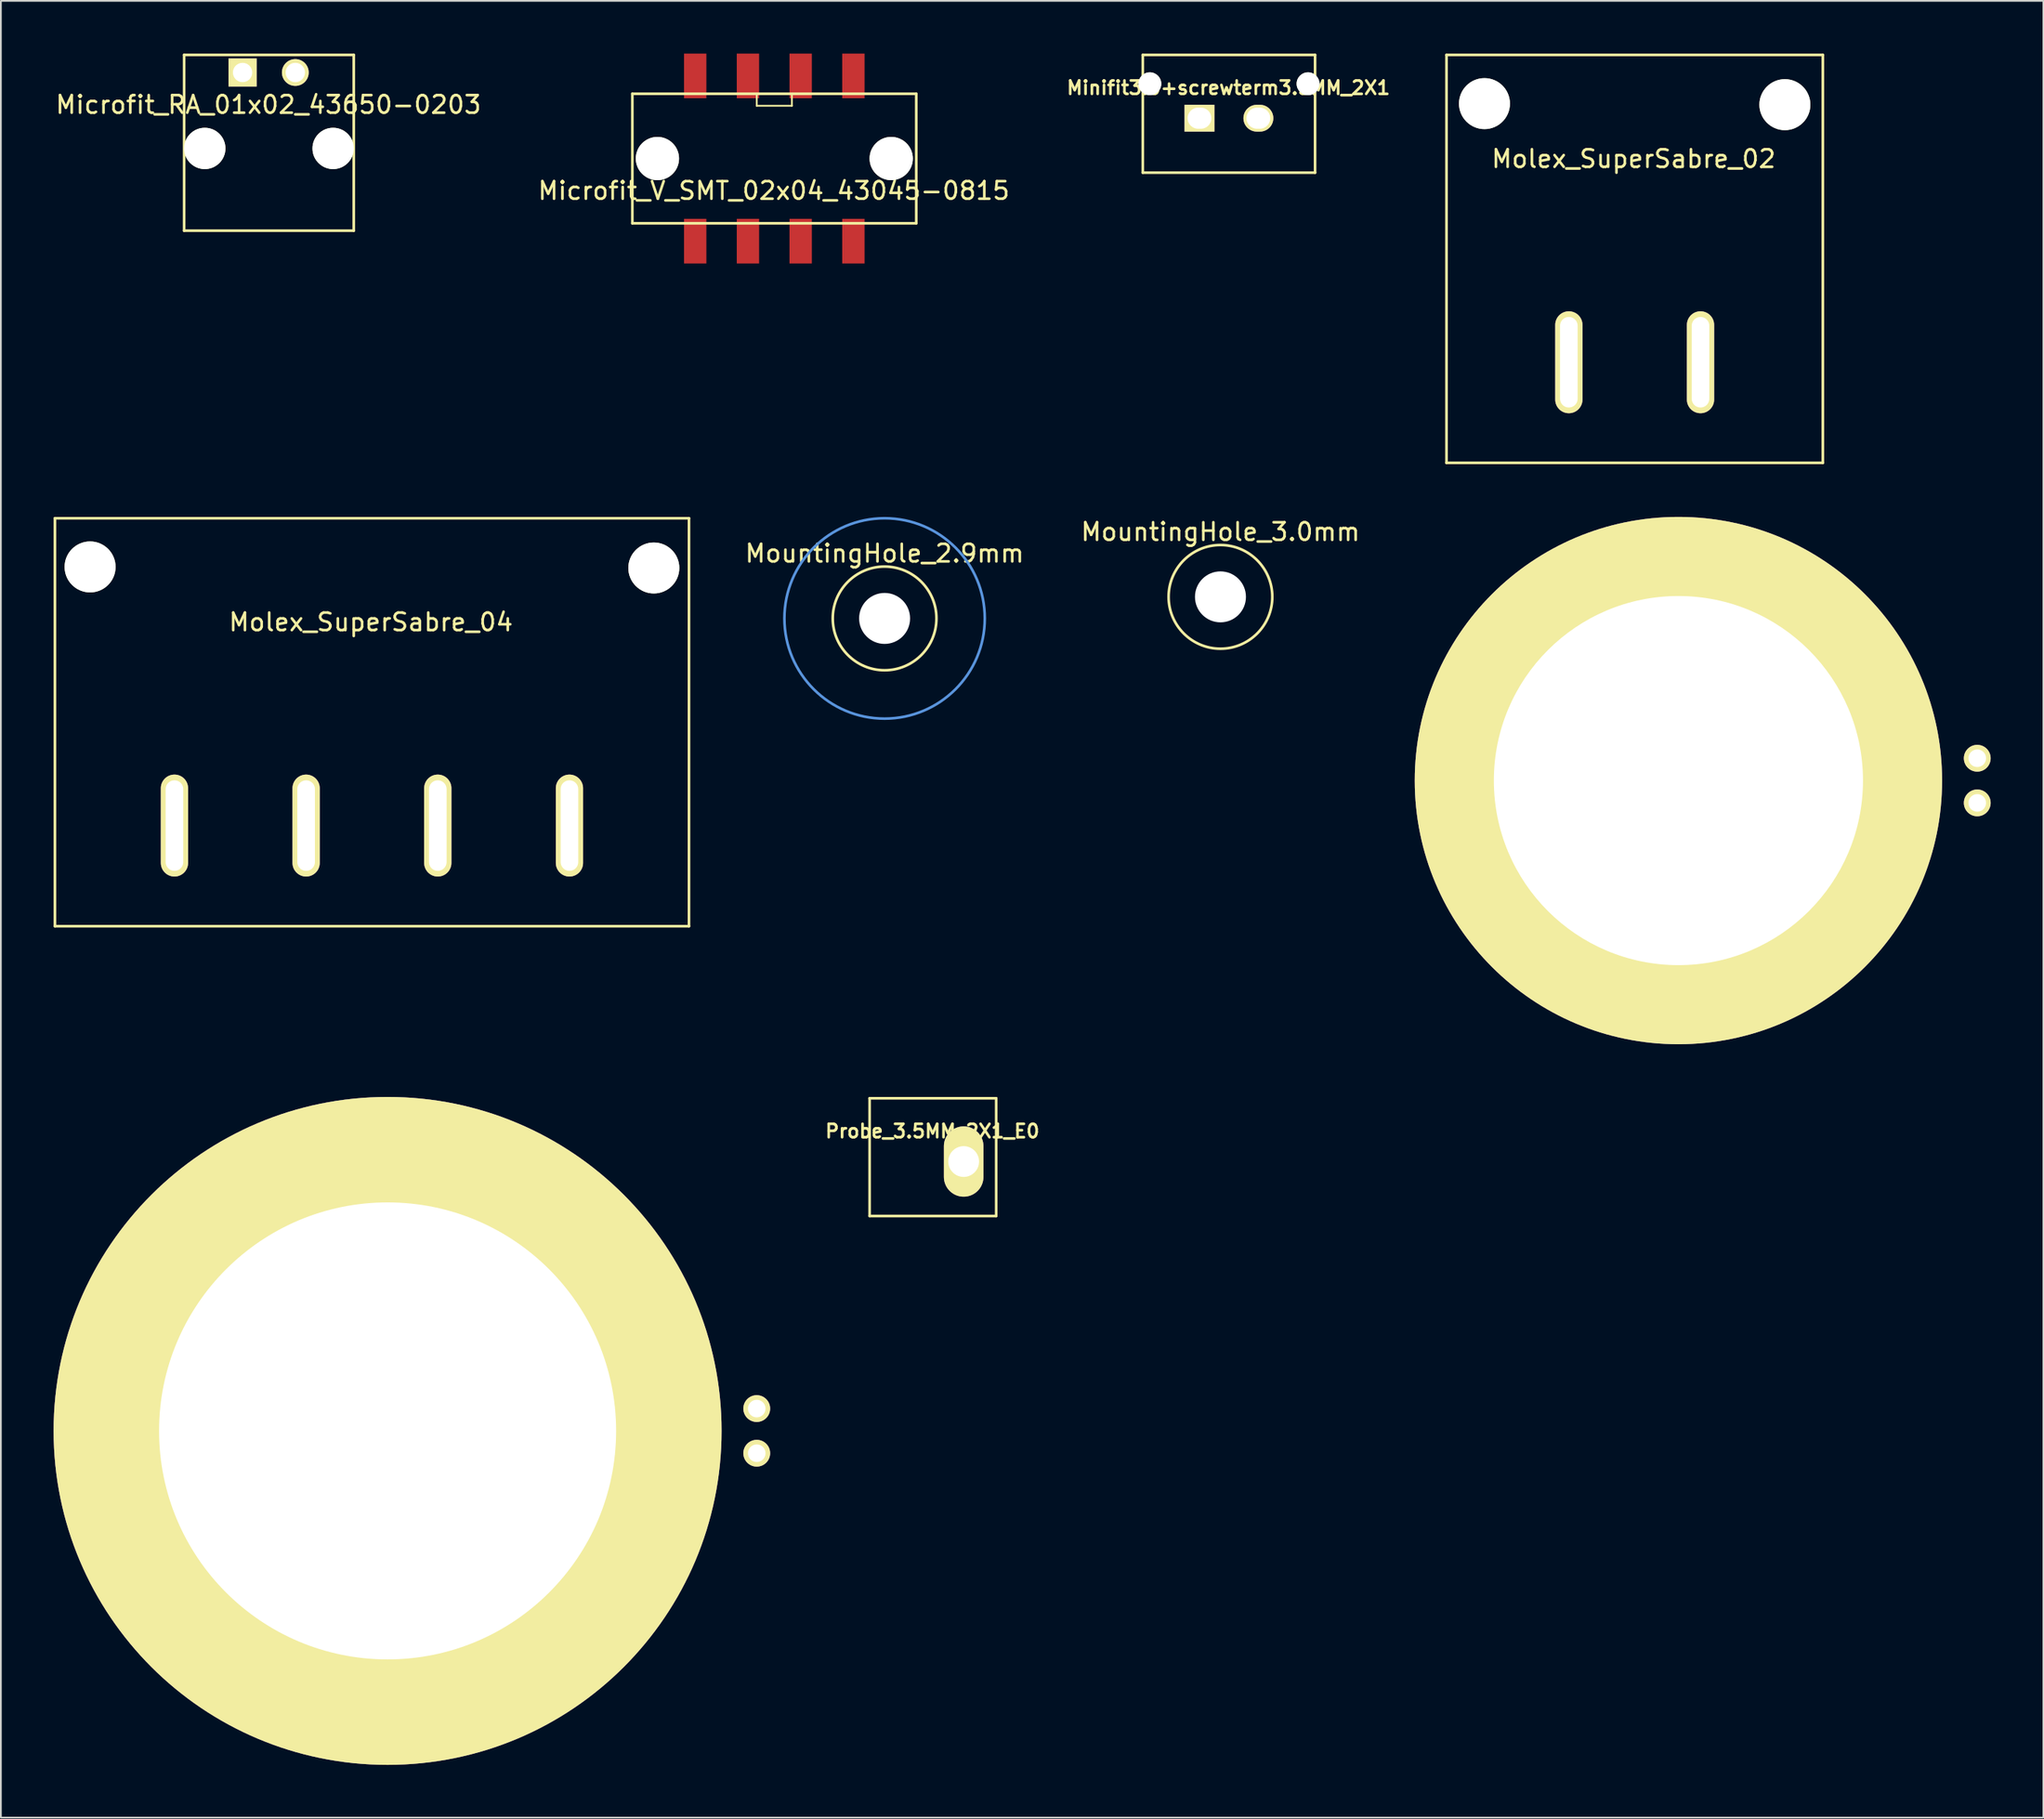
<source format=kicad_pcb>
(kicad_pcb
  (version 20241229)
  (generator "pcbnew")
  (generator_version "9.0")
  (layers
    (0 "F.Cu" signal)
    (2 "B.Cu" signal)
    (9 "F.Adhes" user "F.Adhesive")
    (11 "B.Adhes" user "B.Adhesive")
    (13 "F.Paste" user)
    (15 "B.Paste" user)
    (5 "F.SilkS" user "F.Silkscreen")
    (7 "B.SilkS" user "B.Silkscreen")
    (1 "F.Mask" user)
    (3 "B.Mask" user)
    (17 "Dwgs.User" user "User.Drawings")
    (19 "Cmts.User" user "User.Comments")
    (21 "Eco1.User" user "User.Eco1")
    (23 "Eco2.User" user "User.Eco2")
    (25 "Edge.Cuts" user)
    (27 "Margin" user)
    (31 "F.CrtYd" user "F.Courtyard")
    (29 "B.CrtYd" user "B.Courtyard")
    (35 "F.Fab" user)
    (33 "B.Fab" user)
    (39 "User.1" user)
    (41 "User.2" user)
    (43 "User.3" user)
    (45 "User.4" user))
  (footprint "PiezoMount"
    (layer "F.Cu")
    (at 92.434 41.36)
    (property "Reference" "PiezoMount" (at 0 0.5 0) (layer "F.SilkS") (effects (font (size 1 1) (thickness 0.15))))
    (attr through_hole)
    (pad "1" thru_hole circle (at 17 1.27) (size 1.524 1.524) (drill 1) (layers "*.Cu" "*.Mask" "F.SilkS"))
    (pad "2" thru_hole circle (at 17 -1.27) (size 1.524 1.524) (drill 1) (layers "*.Cu" "*.Mask" "F.SilkS"))
    (pad "3" thru_hole circle (at 0 0) (size 30 30) (drill 21) (layers "*.Cu" "*.Mask" "F.SilkS")))
  (footprint "Probe_3.5MM_2X1_E0"
    (layer "F.Cu")
    (at 50.022 63.035)
    (property "Reference" "Probe_3.5MM_2X1_E0" (at -0.03 -1.73 0) (layer "F.SilkS") (effects (font (size 0.762 0.762) (thickness 0.152))))
    (attr through_hole)
    (fp_line (start -3.6 -3.6) (end 3.6 -3.6) (stroke (width 0.15) (type solid)) (layer "F.SilkS"))
    (fp_line (start -3.6 3.099) (end -3.6 -3.6) (stroke (width 0.15) (type solid)) (layer "F.SilkS"))
    (fp_line (start 3.6 -3.6) (end 3.6 3.099) (stroke (width 0.15) (type solid)) (layer "F.SilkS"))
    (fp_line (start 3.6 3.099) (end -3.6 3.099) (stroke (width 0.15) (type solid)) (layer "F.SilkS"))
    (pad "2" thru_hole oval (at 1.75 0) (size 2.25 4) (drill 1.75) (layers "*.Cu" "*.Mask" "F.SilkS")))
  (footprint "MountingHole_3.0mm"
    (layer "F.Cu")
    (at 66.381 30.908)
    (property "Reference" "MountingHole_3.0mm" (at 0 -3.7 0) (layer "F.SilkS") (effects (font (size 1 1) (thickness 0.15))))
    (attr through_hole)
    (fp_circle (center 0 0) (end 2.95 0) (stroke (width 0.15) (type solid)) (fill no) (layer "F.SilkS"))
    (pad "" np_thru_hole circle (at 0 0) (size 2.9 2.9) (drill 2.9) (layers "*.Cu" "*.Mask")))
  (footprint "MountingHole_2.9mm"
    (layer "F.Cu")
    (at 47.274 32.135)
    (property "Reference" "MountingHole_2.9mm" (at 0 -3.7 0) (layer "F.SilkS") (effects (font (size 1 1) (thickness 0.15))))
    (attr through_hole)
    (fp_circle (center 0 0) (end 2.95 0) (stroke (width 0.15) (type solid)) (fill no) (layer "F.SilkS"))
    (fp_circle (center 0 0) (end 0 5.7) (stroke (width 0.15) (type solid)) (fill no) (layer "Cmts.User"))
    (pad "" np_thru_hole circle (at 0 0) (size 2.9 2.9) (drill 2.9) (layers "*.Cu" "*.Mask")))
  (footprint "Microfit_V_SMT_02x04_43045-0815"
    (layer "F.Cu")
    (at 41 5.97)
    (property "Reference" "Microfit_V_SMT_02x04_43045-0815" (at -0.03 1.83 0) (layer "F.SilkS") (effects (font (size 1 1) (thickness 0.15))))
    (attr through_hole)
    (fp_line (start -8.075 -3.685) (end 8.075 -3.685) (stroke (width 0.15) (type solid)) (layer "F.SilkS"))
    (fp_line (start -8.075 3.685) (end -8.075 -3.685) (stroke (width 0.15) (type solid)) (layer "F.SilkS"))
    (fp_line (start -8.075 3.685) (end 8.075 3.685) (stroke (width 0.15) (type solid)) (layer "F.SilkS"))
    (fp_line (start -1 -3.685) (end -1 -3) (stroke (width 0.1) (type solid)) (layer "F.SilkS"))
    (fp_line (start -1 -3) (end 1 -3) (stroke (width 0.1) (type solid)) (layer "F.SilkS"))
    (fp_line (start 1 -3.685) (end 1 -3) (stroke (width 0.1) (type solid)) (layer "F.SilkS"))
    (fp_line (start 8.075 -3.685) (end 8.075 3.685) (stroke (width 0.15) (type solid)) (layer "F.SilkS"))
    (pad "" np_thru_hole circle (at -6.65 0) (size 2.46 2.46) (drill 2.46) (layers "*.Cu" "*.Mask" "F.SilkS"))
    (pad "" np_thru_hole circle (at 6.65 0) (size 2.46 2.46) (drill 2.46) (layers "*.Cu" "*.Mask" "F.SilkS"))
    (pad "1" smd rect (at 4.5 4.7) (size 1.27 2.54) (layers "F.Cu" "F.Mask" "F.Paste"))
    (pad "2" smd rect (at 1.5 4.7) (size 1.27 2.54) (layers "F.Cu" "F.Mask" "F.Paste"))
    (pad "3" smd rect (at -1.5 4.7) (size 1.27 2.54) (layers "F.Cu" "F.Mask" "F.Paste"))
    (pad "4" smd rect (at -4.5 4.7) (size 1.27 2.54) (layers "F.Cu" "F.Mask" "F.Paste"))
    (pad "5" smd rect (at 4.5 -4.7) (size 1.27 2.54) (layers "F.Cu" "F.Mask" "F.Paste"))
    (pad "6" smd rect (at 1.5 -4.7) (size 1.27 2.54) (layers "F.Cu" "F.Mask" "F.Paste"))
    (pad "7" smd rect (at -1.5 -4.7) (size 1.27 2.54) (layers "F.Cu" "F.Mask" "F.Paste"))
    (pad "8" smd rect (at -4.5 -4.7) (size 1.27 2.54) (layers "F.Cu" "F.Mask" "F.Paste")))
  (footprint "PiezoMount_35"
    (layer "F.Cu")
    (at 19 78.36)
    (property "Reference" "PiezoMount_35" (at 0 0.5 0) (layer "F.SilkS") (effects (font (size 1 1) (thickness 0.15))))
    (attr smd)
    (pad "1" thru_hole circle (at 21 1.27) (size 1.524 1.524) (drill 1) (layers "*.Cu" "*.Mask" "F.SilkS"))
    (pad "2" thru_hole circle (at 21 -1.27) (size 1.524 1.524) (drill 1) (layers "*.Cu" "*.Mask" "F.SilkS"))
    (pad "3" thru_hole circle (at 0 0) (size 38 38) (drill 26) (layers "*.Cu" "*.Mask" "F.SilkS")))
  (footprint "Molex_SuperSabre_04"
    (layer "F.Cu")
    (at 18.11 41.845)
    (property "Reference" "Molex_SuperSabre_04" (at -0.06 -9.5 0) (layer "F.SilkS") (effects (font (size 1 1) (thickness 0.15))))
    (attr through_hole)
    (fp_line (start -18.035 -15.41) (end 18.035 -15.41) (stroke (width 0.15) (type solid)) (layer "F.SilkS"))
    (fp_line (start -18.035 7.8) (end -18.035 -15.41) (stroke (width 0.15) (type solid)) (layer "F.SilkS"))
    (fp_line (start 18.035 -15.41) (end 18.035 7.8) (stroke (width 0.15) (type solid)) (layer "F.SilkS"))
    (fp_line (start 18.035 7.8) (end -18.035 7.8) (stroke (width 0.15) (type solid)) (layer "F.SilkS"))
    (pad "" np_thru_hole circle (at -16.035 -12.64) (size 2.9 2.9) (drill 2.9) (layers "*.Cu" "*.Mask" "F.SilkS"))
    (pad "" np_thru_hole circle (at 16.035 -12.58) (size 2.9 2.9) (drill 2.9) (layers "*.Cu" "*.Mask" "F.SilkS"))
    (pad "1" thru_hole oval (at 11.235 2.075) (size 1.55 5.8) (drill oval 1 5.15) (layers "*.Cu" "*.Mask" "F.SilkS"))
    (pad "2" thru_hole oval (at 3.745 2.075) (size 1.55 5.8) (drill oval 1 5.15) (layers "*.Cu" "*.Mask" "F.SilkS"))
    (pad "3" thru_hole oval (at -3.745 2.075) (size 1.55 5.8) (drill oval 1 5.15) (layers "*.Cu" "*.Mask" "F.SilkS"))
    (pad "4" thru_hole oval (at -11.235 2.075) (size 1.55 5.8) (drill oval 1 5.15) (layers "*.Cu" "*.Mask" "F.SilkS")))
  (footprint "Minifit3.0+screwterm3.5MM_2X1"
    (layer "F.Cu")
    (at 66.863 3.675)
    (property "Reference" "Minifit3.0+screwterm3.5MM_2X1" (at -0.03 -1.73 0) (layer "F.SilkS") (effects (font (size 0.762 0.762) (thickness 0.152))))
    (attr through_hole)
    (fp_line (start -4.9 -3.6) (end 4.9 -3.6) (stroke (width 0.15) (type solid)) (layer "F.SilkS"))
    (fp_line (start -4.9 3.099) (end -4.9 -3.6) (stroke (width 0.15) (type solid)) (layer "F.SilkS"))
    (fp_line (start 4.9 -3.6) (end 4.9 3.099) (stroke (width 0.15) (type solid)) (layer "F.SilkS"))
    (fp_line (start 4.9 3.099) (end -4.9 3.099) (stroke (width 0.15) (type solid)) (layer "F.SilkS"))
    (pad "" np_thru_hole circle (at -4.5 -1.96) (size 1.3 1.3) (drill 1.3) (layers "*.Cu" "*.Mask" "F.SilkS"))
    (pad "" np_thru_hole circle (at 4.5 -1.96) (size 1.3 1.3) (drill 1.3) (layers "*.Cu" "*.Mask" "F.SilkS"))
    (pad "1" thru_hole rect (at -1.675 0) (size 1.7 1.524) (drill oval 1.35 1.2) (layers "*.Cu" "*.Mask" "F.SilkS"))
    (pad "2" thru_hole oval (at 1.675 0) (size 1.7 1.524) (drill oval 1.35 1.199) (layers "*.Cu" "*.Mask" "F.SilkS")))
  (footprint "Molex_SuperSabre_02"
    (layer "F.Cu")
    (at 89.945 15.485)
    (property "Reference" "Molex_SuperSabre_02" (at -0.06 -9.5 0) (layer "F.SilkS") (effects (font (size 1 1) (thickness 0.15))))
    (attr through_hole)
    (fp_line (start -10.705 -15.41) (end 10.705 -15.41) (stroke (width 0.15) (type solid)) (layer "F.SilkS"))
    (fp_line (start -10.705 7.8) (end -10.705 -15.41) (stroke (width 0.15) (type solid)) (layer "F.SilkS"))
    (fp_line (start 10.705 -15.41) (end 10.705 7.8) (stroke (width 0.15) (type solid)) (layer "F.SilkS"))
    (fp_line (start 10.705 7.8) (end -10.705 7.8) (stroke (width 0.15) (type solid)) (layer "F.SilkS"))
    (pad "" np_thru_hole circle (at -8.545 -12.64) (size 2.9 2.9) (drill 2.9) (layers "*.Cu" "*.Mask" "F.SilkS"))
    (pad "" np_thru_hole circle (at 8.545 -12.58) (size 2.9 2.9) (drill 2.9) (layers "*.Cu" "*.Mask" "F.SilkS"))
    (pad "1" thru_hole oval (at 3.745 2.075) (size 1.55 5.8) (drill oval 1 5.15) (layers "*.Cu" "*.Mask" "F.SilkS"))
    (pad "2" thru_hole oval (at -3.745 2.075) (size 1.55 5.8) (drill oval 1 5.15) (layers "*.Cu" "*.Mask" "F.SilkS")))
  (footprint "Microfit_RA_01x02_43650-0203"
    (layer "F.Cu")
    (at 12.25 1.075)
    (property "Reference" "Microfit_RA_01x02_43650-0203" (at -0.03 1.83 0) (layer "F.SilkS") (effects (font (size 1 1) (thickness 0.15))))
    (attr through_hole)
    (fp_line (start -4.825 9) (end -4.825 -1) (stroke (width 0.15) (type solid)) (layer "F.SilkS"))
    (fp_line (start -4.825 9) (end 4.825 9) (stroke (width 0.15) (type solid)) (layer "F.SilkS"))
    (fp_line (start 4.825 -1) (end -4.825 -1) (stroke (width 0.15) (type solid)) (layer "F.SilkS"))
    (fp_line (start 4.825 -1) (end 4.825 9) (stroke (width 0.15) (type solid)) (layer "F.SilkS"))
    (pad "" np_thru_hole circle (at -3.65 4.32) (size 2.35 2.35) (drill 2.35) (layers "*.Cu" "*.Mask" "F.SilkS"))
    (pad "" np_thru_hole circle (at 3.65 4.32) (size 2.35 2.35) (drill 2.35) (layers "*.Cu" "*.Mask" "F.SilkS"))
    (pad "1" thru_hole rect (at -1.5 0) (size 1.6 1.6) (drill 1.1) (layers "*.Cu" "*.Mask" "F.SilkS"))
    (pad "2" thru_hole circle (at 1.5 0) (size 1.524 1.524) (drill 1.1) (layers "*.Cu" "*.Mask" "F.SilkS")))
  (gr_rect
    (start -3 -3)
    (end 113.196 100.36)
    (stroke (width 0.1) (type default))
    (fill no)
    (layer "Edge.Cuts")))
</source>
